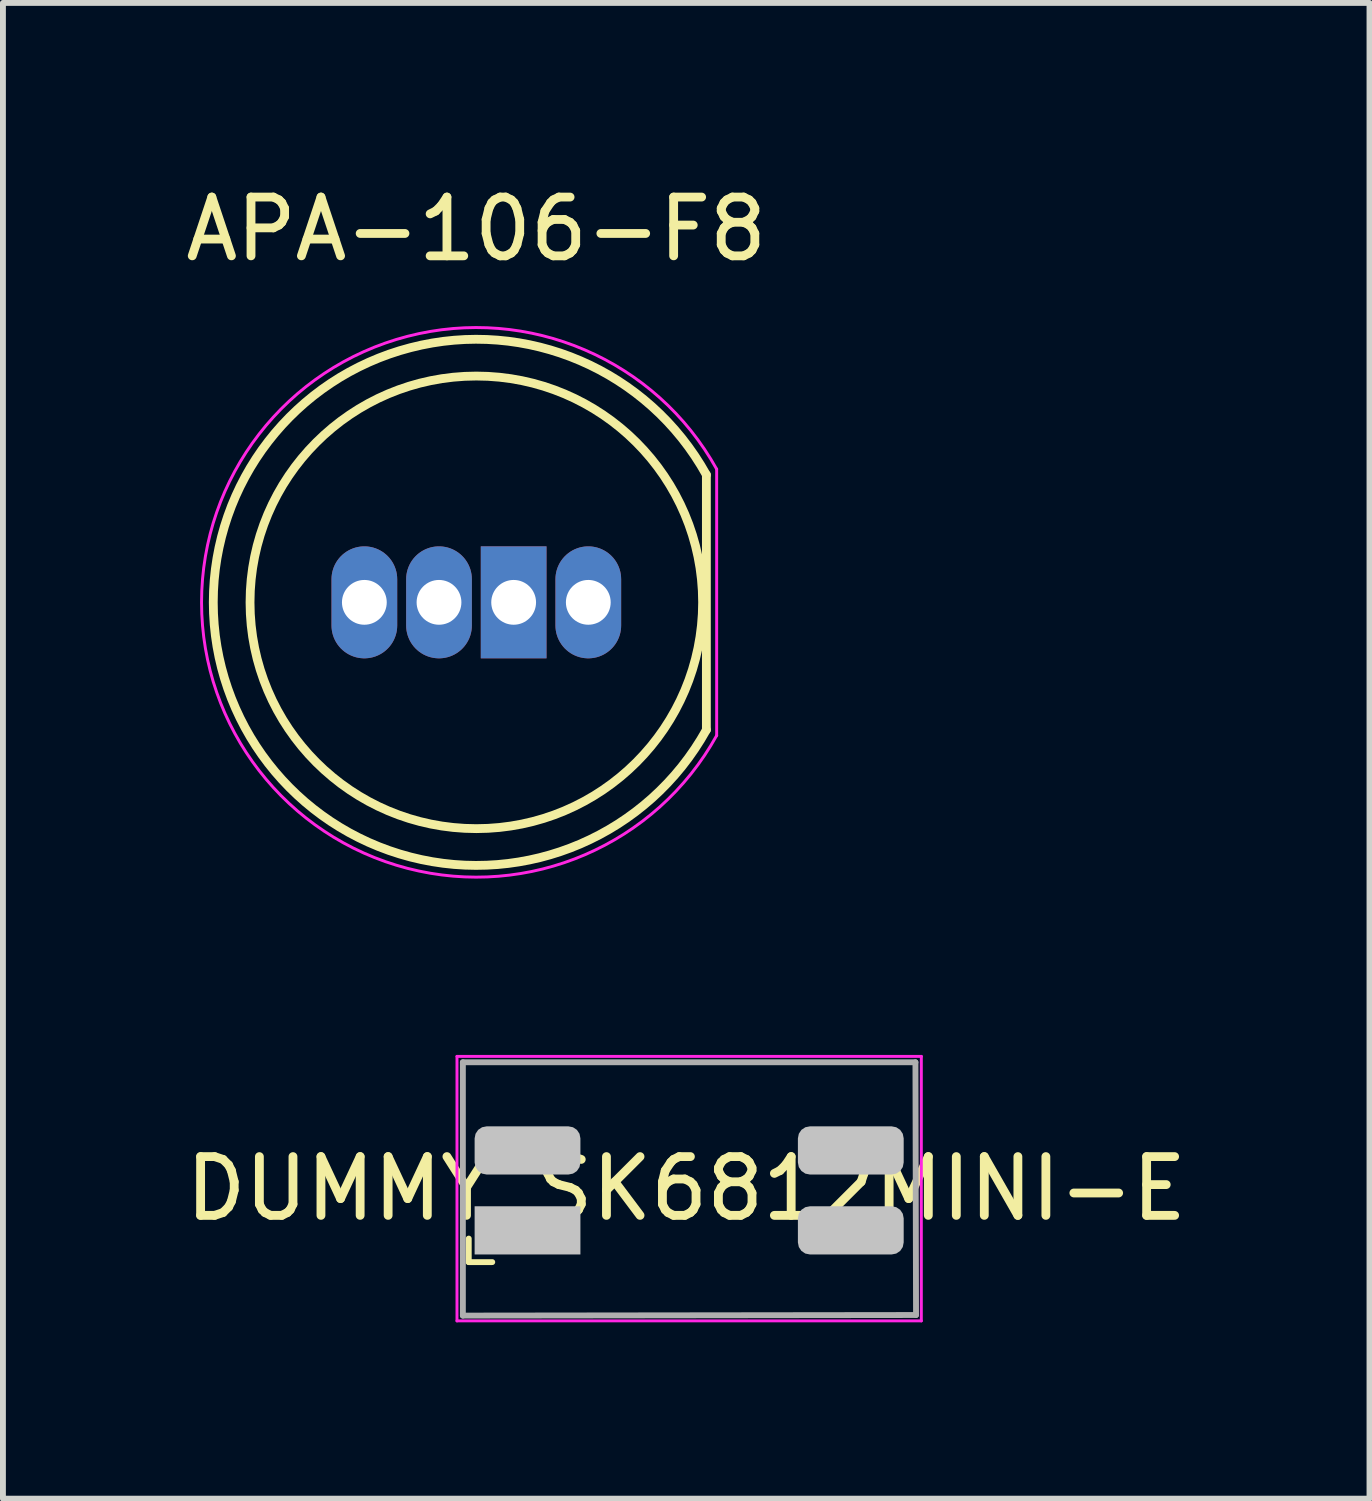
<source format=kicad_pcb>
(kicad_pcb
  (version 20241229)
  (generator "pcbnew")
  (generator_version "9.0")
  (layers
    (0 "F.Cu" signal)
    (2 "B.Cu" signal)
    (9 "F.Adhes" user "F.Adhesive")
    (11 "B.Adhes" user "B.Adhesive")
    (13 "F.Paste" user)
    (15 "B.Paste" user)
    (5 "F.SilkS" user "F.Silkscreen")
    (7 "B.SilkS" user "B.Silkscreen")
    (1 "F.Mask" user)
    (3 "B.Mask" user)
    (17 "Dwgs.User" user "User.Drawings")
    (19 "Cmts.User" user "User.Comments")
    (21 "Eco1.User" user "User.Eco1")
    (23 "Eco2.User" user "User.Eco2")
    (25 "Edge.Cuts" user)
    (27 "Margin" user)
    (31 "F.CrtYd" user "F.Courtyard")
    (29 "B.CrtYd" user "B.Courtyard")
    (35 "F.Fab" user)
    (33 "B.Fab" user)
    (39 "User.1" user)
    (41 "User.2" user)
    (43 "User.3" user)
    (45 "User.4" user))
  (footprint "APA-106-F8"
    (layer "F.Cu")
    (at 5.054 7.198)
    (property "Reference" "APA-106-F8" (at 0 -6.35 180) (layer "F.SilkS") (effects (font (size 1 1) (thickness 0.15))))
    (attr through_hole)
    (fp_line (start 3.914 2.17) (end 3.914 -2.17) (stroke (width 0.15) (type solid)) (layer "F.SilkS"))
    (fp_arc (start 3.914 2.17) (mid -4.475298 -0.00038) (end 3.914368 -2.169335) (stroke (width 0.15) (type solid)) (layer "F.SilkS"))
    (fp_circle (center 0 0) (end 0 3.85) (stroke (width 0.15) (type solid)) (fill no) (layer "F.SilkS"))
    (fp_line (start 4.089 2.266) (end 4.089 -2.266) (stroke (width 0.05) (type solid)) (layer "F.CrtYd"))
    (fp_arc (start 4.089 2.266) (mid -4.674899 0.000498) (end 4.088517 -2.266872) (stroke (width 0.05) (type solid)) (layer "F.CrtYd"))
    (pad "1" thru_hole oval (at -1.905 0 90) (size 1.905 1.118) (drill 0.762) (layers "*.Cu" "*.Mask"))
    (pad "2" thru_hole oval (at -0.635 0 90) (size 1.905 1.118) (drill 0.762) (layers "*.Cu" "*.Mask"))
    (pad "3" thru_hole rect (at 0.635 0 90) (size 1.905 1.118) (drill 0.762) (layers "*.Cu" "*.Mask"))
    (pad "4" thru_hole oval (at 1.905 0 90) (size 1.905 1.118) (drill 0.762) (layers "*.Cu" "*.Mask")))
  (footprint "DUMMY_SK6812MINI-E"
    (layer "F.Cu")
    (at 8.625 17.173)
    (property "Reference" "DUMMY_SK6812MINI-E" (at 0 0 0) (layer "F.SilkS") (effects (font (size 1 1) (thickness 0.15))))
    (attr through_hole)
    (fp_line (start -3.7 1.25) (end -3.7 0.85) (stroke (width 0.1) (type solid)) (layer "F.SilkS"))
    (fp_line (start -3.3 1.25) (end -3.7 1.25) (stroke (width 0.1) (type solid)) (layer "F.SilkS"))
    (fp_line (start -3.9 -2.25) (end 4 -2.25) (stroke (width 0.05) (type solid)) (layer "F.CrtYd"))
    (fp_line (start -3.9 2.25) (end -3.9 -2.25) (stroke (width 0.05) (type solid)) (layer "F.CrtYd"))
    (fp_line (start 4 -2.25) (end 4 2.25) (stroke (width 0.05) (type solid)) (layer "F.CrtYd"))
    (fp_line (start 4 2.25) (end -3.9 2.25) (stroke (width 0.05) (type solid)) (layer "F.CrtYd"))
    (fp_line (start -3.8 -2.15) (end 3.9 -2.15) (stroke (width 0.1) (type solid)) (layer "F.Fab"))
    (fp_line (start -3.8 2.16) (end -3.8 -2.15) (stroke (width 0.1) (type solid)) (layer "F.Fab"))
    (fp_line (start 3.9 -2.15) (end 3.91 2.15) (stroke (width 0.1) (type solid)) (layer "F.Fab"))
    (fp_line (start 3.91 2.15) (end -3.8 2.16) (stroke (width 0.1) (type solid)) (layer "F.Fab"))
    (pad "" smd roundrect (at -2.7 -0.65) (size 1.8 0.82) (layers "Dwgs.User") (roundrect_rratio 0.25))
    (pad "" smd rect (at -2.7 0.71) (size 1.8 0.82) (layers "Dwgs.User"))
    (pad "" smd roundrect (at 2.8 -0.65) (size 1.8 0.82) (layers "Dwgs.User") (roundrect_rratio 0.25))
    (pad "" smd roundrect (at 2.8 0.71) (size 1.8 0.82) (layers "Dwgs.User") (roundrect_rratio 0.25)))
  (gr_rect
    (start -3 -3)
    (end 20.25 22.448)
    (stroke (width 0.1) (type default))
    (fill no)
    (layer "Edge.Cuts")))
</source>
